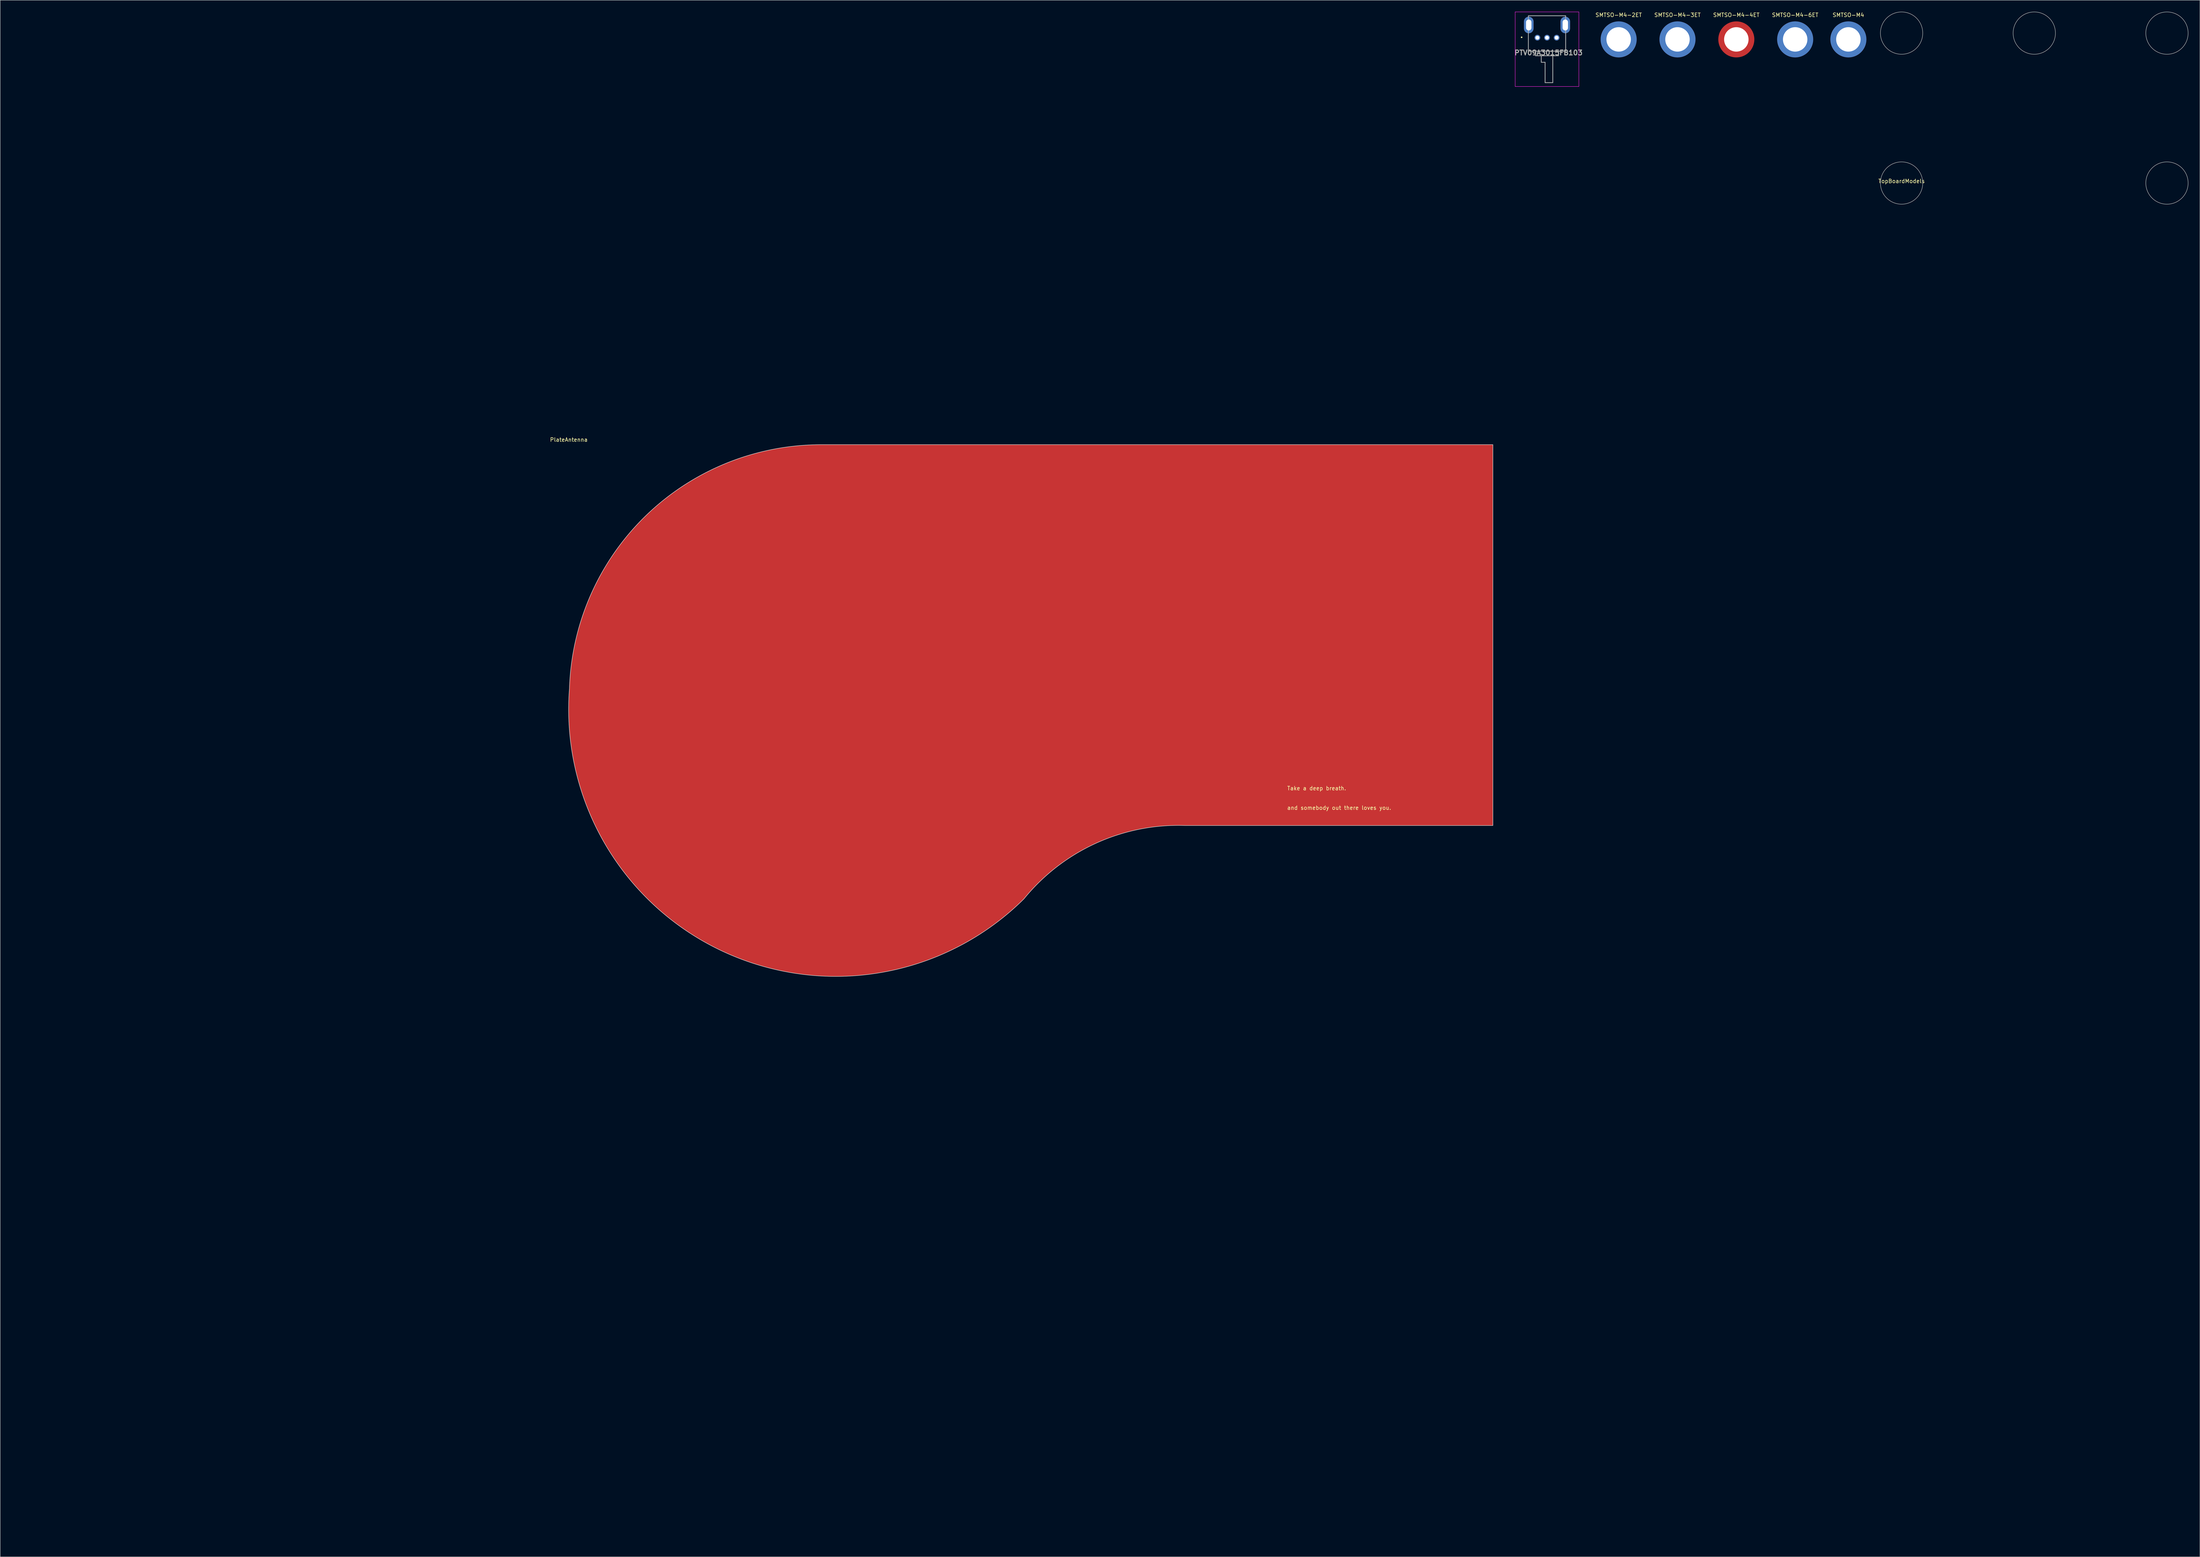
<source format=kicad_pcb>
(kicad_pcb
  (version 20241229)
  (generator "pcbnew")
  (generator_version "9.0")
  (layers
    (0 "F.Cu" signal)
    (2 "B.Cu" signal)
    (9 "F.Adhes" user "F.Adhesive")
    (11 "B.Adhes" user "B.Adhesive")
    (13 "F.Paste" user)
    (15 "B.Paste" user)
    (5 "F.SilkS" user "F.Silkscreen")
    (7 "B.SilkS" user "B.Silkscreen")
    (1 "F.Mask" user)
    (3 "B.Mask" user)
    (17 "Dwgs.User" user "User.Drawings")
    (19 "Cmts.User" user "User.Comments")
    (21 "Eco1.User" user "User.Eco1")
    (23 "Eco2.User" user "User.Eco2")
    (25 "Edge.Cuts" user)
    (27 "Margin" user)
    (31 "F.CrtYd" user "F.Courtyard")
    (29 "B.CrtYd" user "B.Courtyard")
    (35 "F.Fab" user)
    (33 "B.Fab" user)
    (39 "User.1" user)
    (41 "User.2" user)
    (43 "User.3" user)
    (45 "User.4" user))
  (footprint "PlateAntenna"
    (layer "F.Cu")
    (at 144.84 111.82)
    (property "Reference" "PlateAntenna" (at 0 -0.5 0) (unlocked yes) (layer "F.SilkS") (effects (font (size 1 1) (thickness 0.15))))
    (fp_poly (pts (arc (start 0.159794 64.246537) (mid 40.248319 132.688487) (end 118.358826 118.899392)) (arc (start 118.358826 118.899392) (mid 137.067665 104.457186) (end 160.248826 99.849392)) (xy 240.249 99.849) (xy 240.249 0.789) (arc (start 65.248826 0.789392) (mid 19.898542 19.382879) (end 0.159794 64.246537))) (stroke (width 0.12) (type solid)) (fill yes) (layer "F.Cu"))
    (fp_poly (pts (xy 240.03 5.08) (xy 242.57 5.08) (xy 242.57 -111.76) (xy 34.29 -111.76) (xy -144.78 67.31) (xy 74.93 287.02) (xy 241.3 121.92) (xy 241.3 93.98) (xy 154.94 93.98) (xy 154.261 93.974) (xy 152.903 93.997) (xy 151.546 94.059) (xy 150.192 94.159) (xy 148.841 94.297) (xy 147.495 94.474) (xy 146.154 94.69) (xy 144.819 94.943) (xy 143.493 95.234) (xy 142.175 95.563) (xy 140.868 95.929) (xy 139.571 96.332) (xy 138.286 96.772) (xy 137.014 97.249) (xy 135.756 97.761) (xy 134.514 98.309) (xy 133.287 98.892) (xy 132.078 99.51) (xy 130.887 100.162) (xy 129.714 100.848) (xy 128.562 101.566) (xy 127.431 102.318) (xy 126.321 103.101) (xy 125.234 103.915) (xy 124.171 104.76) (xy 123.132 105.635) (xy 122.119 106.539) (xy 121.132 107.472) (xy 120.65 107.95) (xy 120.154 108.576) (xy 119.133 109.807) (xy 118.083 111.012) (xy 117.003 112.19) (xy 115.893 113.34) (xy 114.755 114.463) (xy 113.59 115.557) (xy 112.398 116.621) (xy 111.179 117.656) (xy 109.935 118.659) (xy 108.666 119.631) (xy 107.373 120.572) (xy 106.058 121.479) (xy 104.72 122.354) (xy 103.36 123.194) (xy 101.98 124.001) (xy 100.58 124.773) (xy 99.162 125.509) (xy 97.725 126.21) (xy 96.272 126.875) (xy 94.802 127.503) (xy 93.317 128.095) (xy 91.818 128.649) (xy 90.305 129.165) (xy 88.78 129.644) (xy 87.243 130.084) (xy 85.696 130.486) (xy 84.139 130.849) (xy 82.574 131.173) (xy 81.001 131.458) (xy 79.422 131.703) (xy 77.837 131.909) (xy 76.247 132.075) (xy 74.654 132.202) (xy 73.058 132.288) (xy 71.46 132.335) (xy 69.861 132.342) (xy 68.263 132.309) (xy 66.667 132.235) (xy 65.072 132.123) (xy 63.481 131.97) (xy 61.894 131.777) (xy 60.313 131.545) (xy 58.738 131.274) (xy 57.17 130.963) (xy 55.61 130.614) (xy 54.06 130.225) (xy 52.519 129.798) (xy 50.99 129.332) (xy 49.473 128.829) (xy 47.969 128.287) (xy 46.479 127.708) (xy 45.004 127.093) (xy 43.545 126.44) (xy 42.103 125.752) (xy 40.678 125.027) (xy 39.272 124.267) (xy 37.885 123.472) (xy 36.518 122.643) (xy 35.173 121.78) (xy 33.849 120.884) (xy 32.549 119.955) (xy 31.272 118.993) (xy 30.019 118) (xy 28.792 116.976) (xy 27.59 115.922) (xy 26.416 114.838) (xy 25.268 113.725) (xy 24.149 112.584) (xy 23.059 111.415) (xy 21.998 110.219) (xy 20.968 108.998) (xy 19.968 107.75) (xy 19 106.478) (xy 18.064 105.183) (xy 17.16 103.864) (xy 16.29 102.524) (xy 15.453 101.162) (xy 14.651 99.779) (xy 13.884 98.377) (xy 13.152 96.956) (xy 12.455 95.517) (xy 11.795 94.062) (xy 11.171 92.59) (xy 10.584 91.103) (xy 10.035 89.602) (xy 9.523 88.088) (xy 9.05 86.561) (xy 8.614 85.023) (xy 8.217 83.475) (xy 7.859 81.917) (xy 7.54 80.351) (xy 7.26 78.777) (xy 7.019 77.197) (xy 6.819 75.611) (xy 6.657 74.021) (xy 6.536 72.427) (xy 6.454 70.831) (xy 6.412 69.233) (xy 6.411 67.635) (xy 6.449 66.037) (xy 6.527 64.44) (xy 6.645 62.846) (xy 6.802 61.255) (xy 7 59.669) (xy 7.237 58.088) (xy 7.513 56.514) (xy 7.828 54.947) (xy 8.183 53.389) (xy 8.576 51.839) (xy 9.009 50.3) (xy 9.479 48.773) (xy 9.987 47.257) (xy 10.533 45.755) (xy 11.117 44.267) (xy 11.737 42.794) (xy 12.394 41.337) (xy 13.087 39.896) (xy 13.816 38.474) (xy 14.58 37.07) (xy 15.379 35.686) (xy 16.213 34.322) (xy 17.08 32.979) (xy 17.981 31.658) (xy 18.914 30.361) (xy 19.879 29.087) (xy 20.876 27.837) (xy 21.904 26.613) (xy 22.962 25.415) (xy 24.049 24.243) (xy 25.166 23.1) (xy 26.311 21.984) (xy 27.483 20.897) (xy 28.682 19.84) (xy 29.907 18.814) (xy 31.157 17.818) (xy 32.432 16.854) (xy 33.731 15.922) (xy 35.052 15.022) (xy 36.395 14.156) (xy 37.76 13.324) (xy 39.145 12.526) (xy 40.55 11.763) (xy 41.973 11.035) (xy 43.414 10.343) (xy 44.871 9.688) (xy 46.345 9.068) (xy 47.834 8.486) (xy 49.336 7.942) (xy 50.852 7.435) (xy 52.38 6.966) (xy 53.92 6.535) (xy 55.469 6.143) (xy 57.028 5.789) (xy 58.595 5.475) (xy 60.17 5.2) (xy 60.96 5.08)) (stroke (width 0.12) (type solid)) (fill yes) (layer "F.Mask"))
    (fp_poly (pts (arc (start 0.159794 64.246537) (mid 40.248319 132.688487) (end 118.358826 118.899392)) (arc (start 118.358826 118.899392) (mid 137.067665 104.457186) (end 160.248826 99.849392)) (xy 240.249 99.849) (xy 240.249 0.789) (arc (start 65.248826 0.789392) (mid 19.898542 19.382879) (end 0.159794 64.246537))) (stroke (width 0.12) (type solid)) (fill no) (layer "Edge.Cuts"))
    (fp_text user "It's okay to feel afraid right now, but everything passes with time" (at 186.69 92.71 0) (unlocked yes) (layer "F.Mask") (effects (font (size 1 1) (thickness 0.15)) (justify left)))
    (fp_text user "Take a deep breath." (at 186.69 90.17 0) (unlocked yes) (layer "F.SilkS") (effects (font (size 1 1) (thickness 0.15)) (justify left)))
    (fp_text user "and somebody out there loves you." (at 186.69 95.25 0) (unlocked yes) (layer "F.SilkS") (effects (font (size 1 1) (thickness 0.15)) (justify left)))
    (fp_text user "Remember to stand up straight and keep your feet apart slightly." (at 186.69 87.63 0) (unlocked yes) (layer "F.Paste") (effects (font (size 1 1) (thickness 0.15)) (justify left))))
  (footprint "SMTSO-M4-2ET"
    (layer "F.Cu")
    (at 417.786 7.198)
    (property "Reference" "SMTSO-M4-2ET" (at 0 -6.35 180) (layer "F.SilkS") (effects (font (size 1 1) (thickness 0.15))))
    (pad "1" thru_hole circle (at 0 0) (size 9.37 9.37) (drill 6.35) (layers "*.Cu" "F.Mask")))
  (footprint "SMTSO-M4-6ET"
    (layer "F.Cu")
    (at 463.679 7.198)
    (property "Reference" "SMTSO-M4-6ET" (at 0 -6.35 180) (layer "F.SilkS") (effects (font (size 1 1) (thickness 0.15))))
    (attr through_hole)
    (pad "1" thru_hole circle (at 0 0) (size 9.37 9.37) (drill 6.35) (layers "*.Cu" "F.Mask")))
  (footprint "TopBoardModels"
    (layer "F.Cu")
    (at 491.346 44.56)
    (property "Reference" "TopBoardModels" (at 0 -0.5 0) (unlocked yes) (layer "F.SilkS") (effects (font (size 1 1) (thickness 0.15))))
    (attr exclude_from_pos_files exclude_from_bom allow_missing_courtyard)
    (fp_circle (center 0 -39) (end 5.5 -39) (stroke (width 0.12) (type default)) (fill no) (layer "F.Fab"))
    (fp_circle (center 0 0) (end 5.5 0) (stroke (width 0.12) (type default)) (fill no) (layer "F.Fab"))
    (fp_circle (center 34.5 -39) (end 40 -39) (stroke (width 0.12) (type default)) (fill no) (layer "F.Fab"))
    (fp_circle (center 69 -39) (end 74.5 -39) (stroke (width 0.12) (type default)) (fill no) (layer "F.Fab"))
    (fp_circle (center 69 0) (end 74.5 0) (stroke (width 0.12) (type default)) (fill no) (layer "F.Fab")))
  (footprint "SMTSO-M4"
    (layer "F.Cu")
    (at 477.513 7.198)
    (property "Reference" "SMTSO-M4" (at 0 -6.35 180) (layer "F.SilkS") (effects (font (size 1 1) (thickness 0.15))))
    (pad "1" thru_hole circle (at 0 0) (size 9.37 9.37) (drill 6.35) (layers "*.Cu" "F.Mask")))
  (footprint "PTV09A3015FB103"
    (layer "F.Cu")
    (at 399.162 6.75)
    (property "Reference" "PTV09A3015FB103" (at 0.392 3.908 0) (layer "F.SilkS") (effects (font (size 1.27 1.27) (thickness 0.254))))
    (attr through_hole)
    (fp_line (start -6.7 -0.1) (end -6.7 -0.1) (stroke (width 0.2) (type solid)) (layer "F.SilkS"))
    (fp_line (start -6.5 -0.1) (end -6.5 -0.1) (stroke (width 0.2) (type solid)) (layer "F.SilkS"))
    (fp_line (start -4.85 -0.6) (end -4.85 3.5) (stroke (width 0.1) (type solid)) (layer "F.SilkS"))
    (fp_line (start -4.85 3.5) (end 4.5 3.5) (stroke (width 0.1) (type solid)) (layer "F.SilkS"))
    (fp_line (start -4.5 -5.7) (end 4.5 -5.7) (stroke (width 0.1) (type solid)) (layer "F.SilkS"))
    (fp_line (start 4.5 3.5) (end 4.85 3.5) (stroke (width 0.1) (type solid)) (layer "F.SilkS"))
    (fp_line (start 4.85 3.5) (end 4.85 -0.6) (stroke (width 0.1) (type solid)) (layer "F.SilkS"))
    (fp_arc (start -6.7 -0.1) (mid -6.6 -0.2) (end -6.5 -0.1) (stroke (width 0.2) (type solid)) (layer "F.SilkS"))
    (fp_arc (start -6.5 -0.1) (mid -6.6 0) (end -6.7 -0.1) (stroke (width 0.2) (type solid)) (layer "F.SilkS"))
    (fp_line (start -8.28 -6.7) (end 8.28 -6.7) (stroke (width 0.1) (type solid)) (layer "F.CrtYd"))
    (fp_line (start -8.28 12.7) (end -8.28 -6.7) (stroke (width 0.1) (type solid)) (layer "F.CrtYd"))
    (fp_line (start 8.28 -6.7) (end 8.28 12.7) (stroke (width 0.1) (type solid)) (layer "F.CrtYd"))
    (fp_line (start 8.28 12.7) (end -8.28 12.7) (stroke (width 0.1) (type solid)) (layer "F.CrtYd"))
    (fp_line (start -4.85 -5.7) (end 4.85 -5.7) (stroke (width 0.2) (type solid)) (layer "F.Fab"))
    (fp_line (start -4.85 3.5) (end -4.85 -5.7) (stroke (width 0.2) (type solid)) (layer "F.Fab"))
    (fp_line (start -3 3.5) (end -3 4.7) (stroke (width 0.2) (type solid)) (layer "F.Fab"))
    (fp_line (start -3 4.7) (end 3 4.7) (stroke (width 0.2) (type solid)) (layer "F.Fab"))
    (fp_line (start -1.5 6.4) (end -1.5 4.7) (stroke (width 0.2) (type solid)) (layer "F.Fab"))
    (fp_line (start -0.5 6.4) (end -1.5 6.4) (stroke (width 0.2) (type solid)) (layer "F.Fab"))
    (fp_line (start -0.5 11.7) (end -0.5 6.4) (stroke (width 0.2) (type solid)) (layer "F.Fab"))
    (fp_line (start 1.5 4.7) (end 1.5 11.7) (stroke (width 0.2) (type solid)) (layer "F.Fab"))
    (fp_line (start 1.5 11.7) (end -0.5 11.7) (stroke (width 0.2) (type solid)) (layer "F.Fab"))
    (fp_line (start 3 4.7) (end 3 3.5) (stroke (width 0.2) (type solid)) (layer "F.Fab"))
    (fp_line (start 4.85 -5.7) (end 4.85 3.5) (stroke (width 0.2) (type solid)) (layer "F.Fab"))
    (fp_line (start 4.85 3.5) (end -4.85 3.5) (stroke (width 0.2) (type solid)) (layer "F.Fab"))
    (fp_text user "${REFERENCE}" (at 0.392 3.908 0) (layer "F.Fab") (effects (font (size 1.27 1.27) (thickness 0.254))))
    (pad "" thru_hole oval (at -4.75 -3.3) (size 2.5 4.3) (drill oval 1.4 2.84) (layers "*.Cu" "*.Mask"))
    (pad "" thru_hole oval (at 4.75 -3.3) (size 2.5 4.3) (drill oval 1.4 2.84) (layers "*.Cu" "*.Mask"))
    (pad "1" thru_hole circle (at -2.5 0) (size 1.5 1.5) (drill 1) (layers "*.Cu" "*.Mask"))
    (pad "2" thru_hole circle (at 0 0) (size 1.5 1.5) (drill 1) (layers "*.Cu" "*.Mask"))
    (pad "3" thru_hole circle (at 2.5 0) (size 1.5 1.5) (drill 1) (layers "*.Cu" "*.Mask")))
  (footprint "SMTSO-M4-3ET"
    (layer "F.Cu")
    (at 433.083 7.198)
    (property "Reference" "SMTSO-M4-3ET" (at 0 -6.35 180) (layer "F.SilkS") (effects (font (size 1 1) (thickness 0.15))))
    (pad "1" thru_hole circle (at 0 0) (size 9.37 9.37) (drill 6.35) (layers "*.Cu" "F.Mask")))
  (footprint "SMTSO-M4-4ET"
    (layer "F.Cu")
    (at 448.381 7.198)
    (property "Reference" "SMTSO-M4-4ET" (at 0 -6.35 180) (layer "F.SilkS") (effects (font (size 1 1) (thickness 0.15))))
    (pad "" np_thru_hole circle (at 0 0) (size 9.37 9.37) (drill 6.35) (layers "*.Mask" "F.Cu")))
  (gr_rect
    (start -3 -3)
    (end 568.906 401.9)
    (stroke (width 0.1) (type default))
    (fill no)
    (layer "Edge.Cuts")))
</source>
